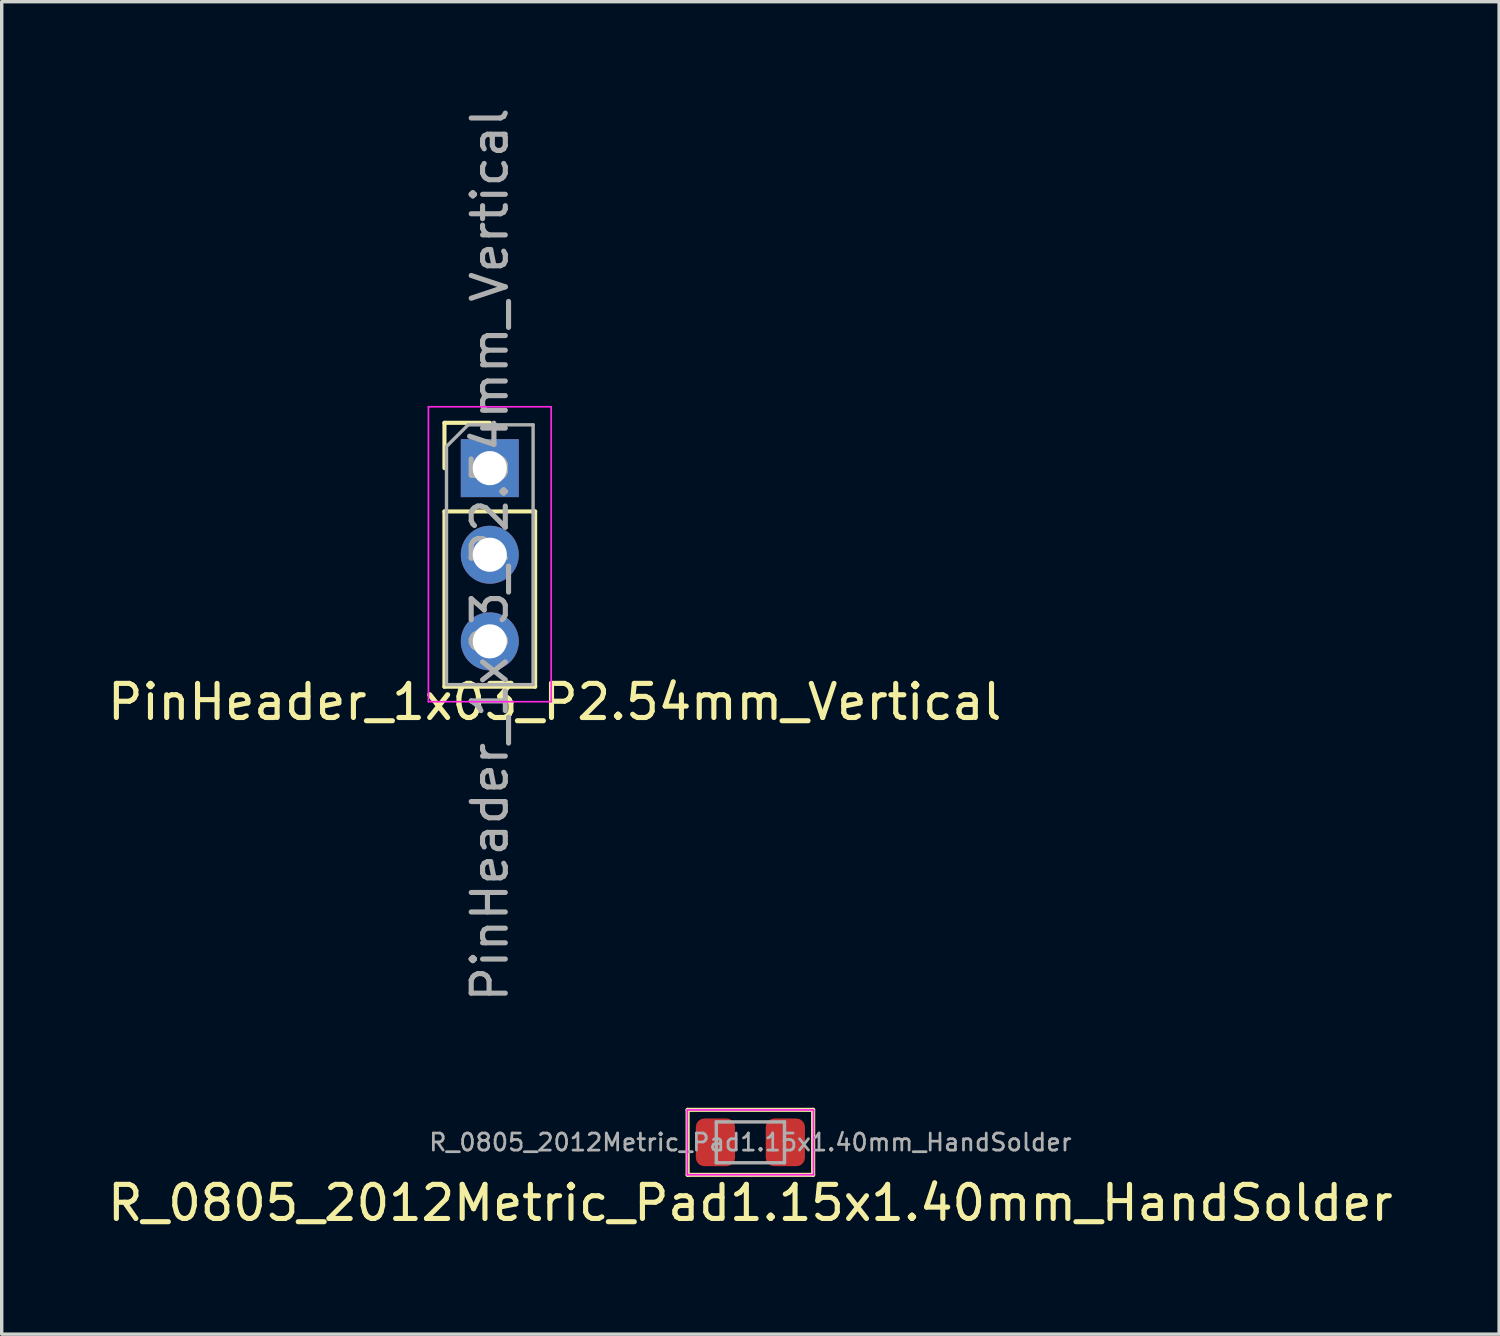
<source format=kicad_pcb>
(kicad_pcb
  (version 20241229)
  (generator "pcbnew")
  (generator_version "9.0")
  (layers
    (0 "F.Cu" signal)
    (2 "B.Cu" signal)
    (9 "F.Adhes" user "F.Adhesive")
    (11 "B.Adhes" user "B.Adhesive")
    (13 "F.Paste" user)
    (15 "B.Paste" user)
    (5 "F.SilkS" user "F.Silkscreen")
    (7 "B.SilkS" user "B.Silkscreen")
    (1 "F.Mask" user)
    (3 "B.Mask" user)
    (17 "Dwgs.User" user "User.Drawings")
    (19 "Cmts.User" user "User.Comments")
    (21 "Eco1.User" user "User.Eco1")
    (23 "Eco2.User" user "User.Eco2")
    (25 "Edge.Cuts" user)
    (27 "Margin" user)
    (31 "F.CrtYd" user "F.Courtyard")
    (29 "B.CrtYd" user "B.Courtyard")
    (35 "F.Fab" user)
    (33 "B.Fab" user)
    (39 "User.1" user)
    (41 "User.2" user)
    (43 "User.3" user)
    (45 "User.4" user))
  (footprint "R_0805_2012Metric_Pad1.15x1.40mm_HandSolder"
    (layer "F.Cu")
    (at 18.958 30.453)
    (property "Reference" "R_0805_2012Metric_Pad1.15x1.40mm_HandSolder" (at 0 1.778 180) (layer "F.SilkS") (effects (font (size 1 1) (thickness 0.15))))
    (attr smd)
    (fp_line (start -1.841 -0.953) (end -1.841 0.953) (stroke (width 0.12) (type solid)) (layer "F.SilkS"))
    (fp_line (start -1.841 0.953) (end 1.841 0.953) (stroke (width 0.12) (type solid)) (layer "F.SilkS"))
    (fp_line (start 1.841 -0.953) (end -1.841 -0.953) (stroke (width 0.12) (type solid)) (layer "F.SilkS"))
    (fp_line (start 1.841 0.953) (end 1.841 -0.953) (stroke (width 0.12) (type solid)) (layer "F.SilkS"))
    (fp_line (start -1.85 -0.95) (end 1.85 -0.95) (stroke (width 0.05) (type solid)) (layer "F.CrtYd"))
    (fp_line (start -1.85 0.95) (end -1.85 -0.95) (stroke (width 0.05) (type solid)) (layer "F.CrtYd"))
    (fp_line (start 1.85 -0.95) (end 1.85 0.95) (stroke (width 0.05) (type solid)) (layer "F.CrtYd"))
    (fp_line (start 1.85 0.95) (end -1.85 0.95) (stroke (width 0.05) (type solid)) (layer "F.CrtYd"))
    (fp_line (start -1 -0.6) (end 1 -0.6) (stroke (width 0.1) (type solid)) (layer "F.Fab"))
    (fp_line (start -1 0.6) (end -1 -0.6) (stroke (width 0.1) (type solid)) (layer "F.Fab"))
    (fp_line (start 1 -0.6) (end 1 0.6) (stroke (width 0.1) (type solid)) (layer "F.Fab"))
    (fp_line (start 1 0.6) (end -1 0.6) (stroke (width 0.1) (type solid)) (layer "F.Fab"))
    (fp_text user "${REFERENCE}" (at 0 0 180) (layer "F.Fab") (effects (font (size 0.5 0.5) (thickness 0.08))))
    (pad "1" smd roundrect (at -1.025 0) (size 1.15 1.4) (layers "F.Cu" "F.Mask" "F.Paste") (roundrect_rratio 0.217))
    (pad "2" smd roundrect (at 1.025 0) (size 1.15 1.4) (layers "F.Cu" "F.Mask" "F.Paste") (roundrect_rratio 0.217)))
  (footprint "PinHeader_1x03_P2.54mm_Vertical"
    (layer "F.Cu")
    (at 11.315 10.68)
    (property "Reference" "PinHeader_1x03_P2.54mm_Vertical" (at 1.905 6.858 0) (layer "F.SilkS") (effects (font (size 1 1) (thickness 0.15))))
    (attr through_hole)
    (fp_line (start -1.33 -1.33) (end 0 -1.33) (stroke (width 0.12) (type solid)) (layer "F.SilkS"))
    (fp_line (start -1.33 0) (end -1.33 -1.33) (stroke (width 0.12) (type solid)) (layer "F.SilkS"))
    (fp_line (start -1.33 1.27) (end -1.33 6.41) (stroke (width 0.12) (type solid)) (layer "F.SilkS"))
    (fp_line (start -1.33 1.27) (end 1.33 1.27) (stroke (width 0.12) (type solid)) (layer "F.SilkS"))
    (fp_line (start -1.33 6.41) (end 1.33 6.41) (stroke (width 0.12) (type solid)) (layer "F.SilkS"))
    (fp_line (start 1.33 1.27) (end 1.33 6.41) (stroke (width 0.12) (type solid)) (layer "F.SilkS"))
    (fp_line (start -1.8 -1.8) (end -1.8 6.85) (stroke (width 0.05) (type solid)) (layer "F.CrtYd"))
    (fp_line (start -1.8 6.85) (end 1.8 6.85) (stroke (width 0.05) (type solid)) (layer "F.CrtYd"))
    (fp_line (start 1.8 -1.8) (end -1.8 -1.8) (stroke (width 0.05) (type solid)) (layer "F.CrtYd"))
    (fp_line (start 1.8 6.85) (end 1.8 -1.8) (stroke (width 0.05) (type solid)) (layer "F.CrtYd"))
    (fp_line (start -1.27 -0.635) (end -0.635 -1.27) (stroke (width 0.1) (type solid)) (layer "F.Fab"))
    (fp_line (start -1.27 6.35) (end -1.27 -0.635) (stroke (width 0.1) (type solid)) (layer "F.Fab"))
    (fp_line (start -0.635 -1.27) (end 1.27 -1.27) (stroke (width 0.1) (type solid)) (layer "F.Fab"))
    (fp_line (start 1.27 -1.27) (end 1.27 6.35) (stroke (width 0.1) (type solid)) (layer "F.Fab"))
    (fp_line (start 1.27 6.35) (end -1.27 6.35) (stroke (width 0.1) (type solid)) (layer "F.Fab"))
    (fp_text user "${REFERENCE}" (at 0 2.54 90) (layer "F.Fab") (effects (font (size 1 1) (thickness 0.15))))
    (pad "1" thru_hole rect (at 0 0) (size 1.7 1.7) (drill 1) (layers "*.Cu" "*.Mask"))
    (pad "2" thru_hole oval (at 0 2.54) (size 1.7 1.7) (drill 1) (layers "*.Cu" "*.Mask"))
    (pad "3" thru_hole oval (at 0 5.08) (size 1.7 1.7) (drill 1) (layers "*.Cu" "*.Mask")))
  (gr_rect
    (start -3 -3)
    (end 40.917 36.079)
    (stroke (width 0.1) (type default))
    (fill no)
    (layer "Edge.Cuts")))
</source>
